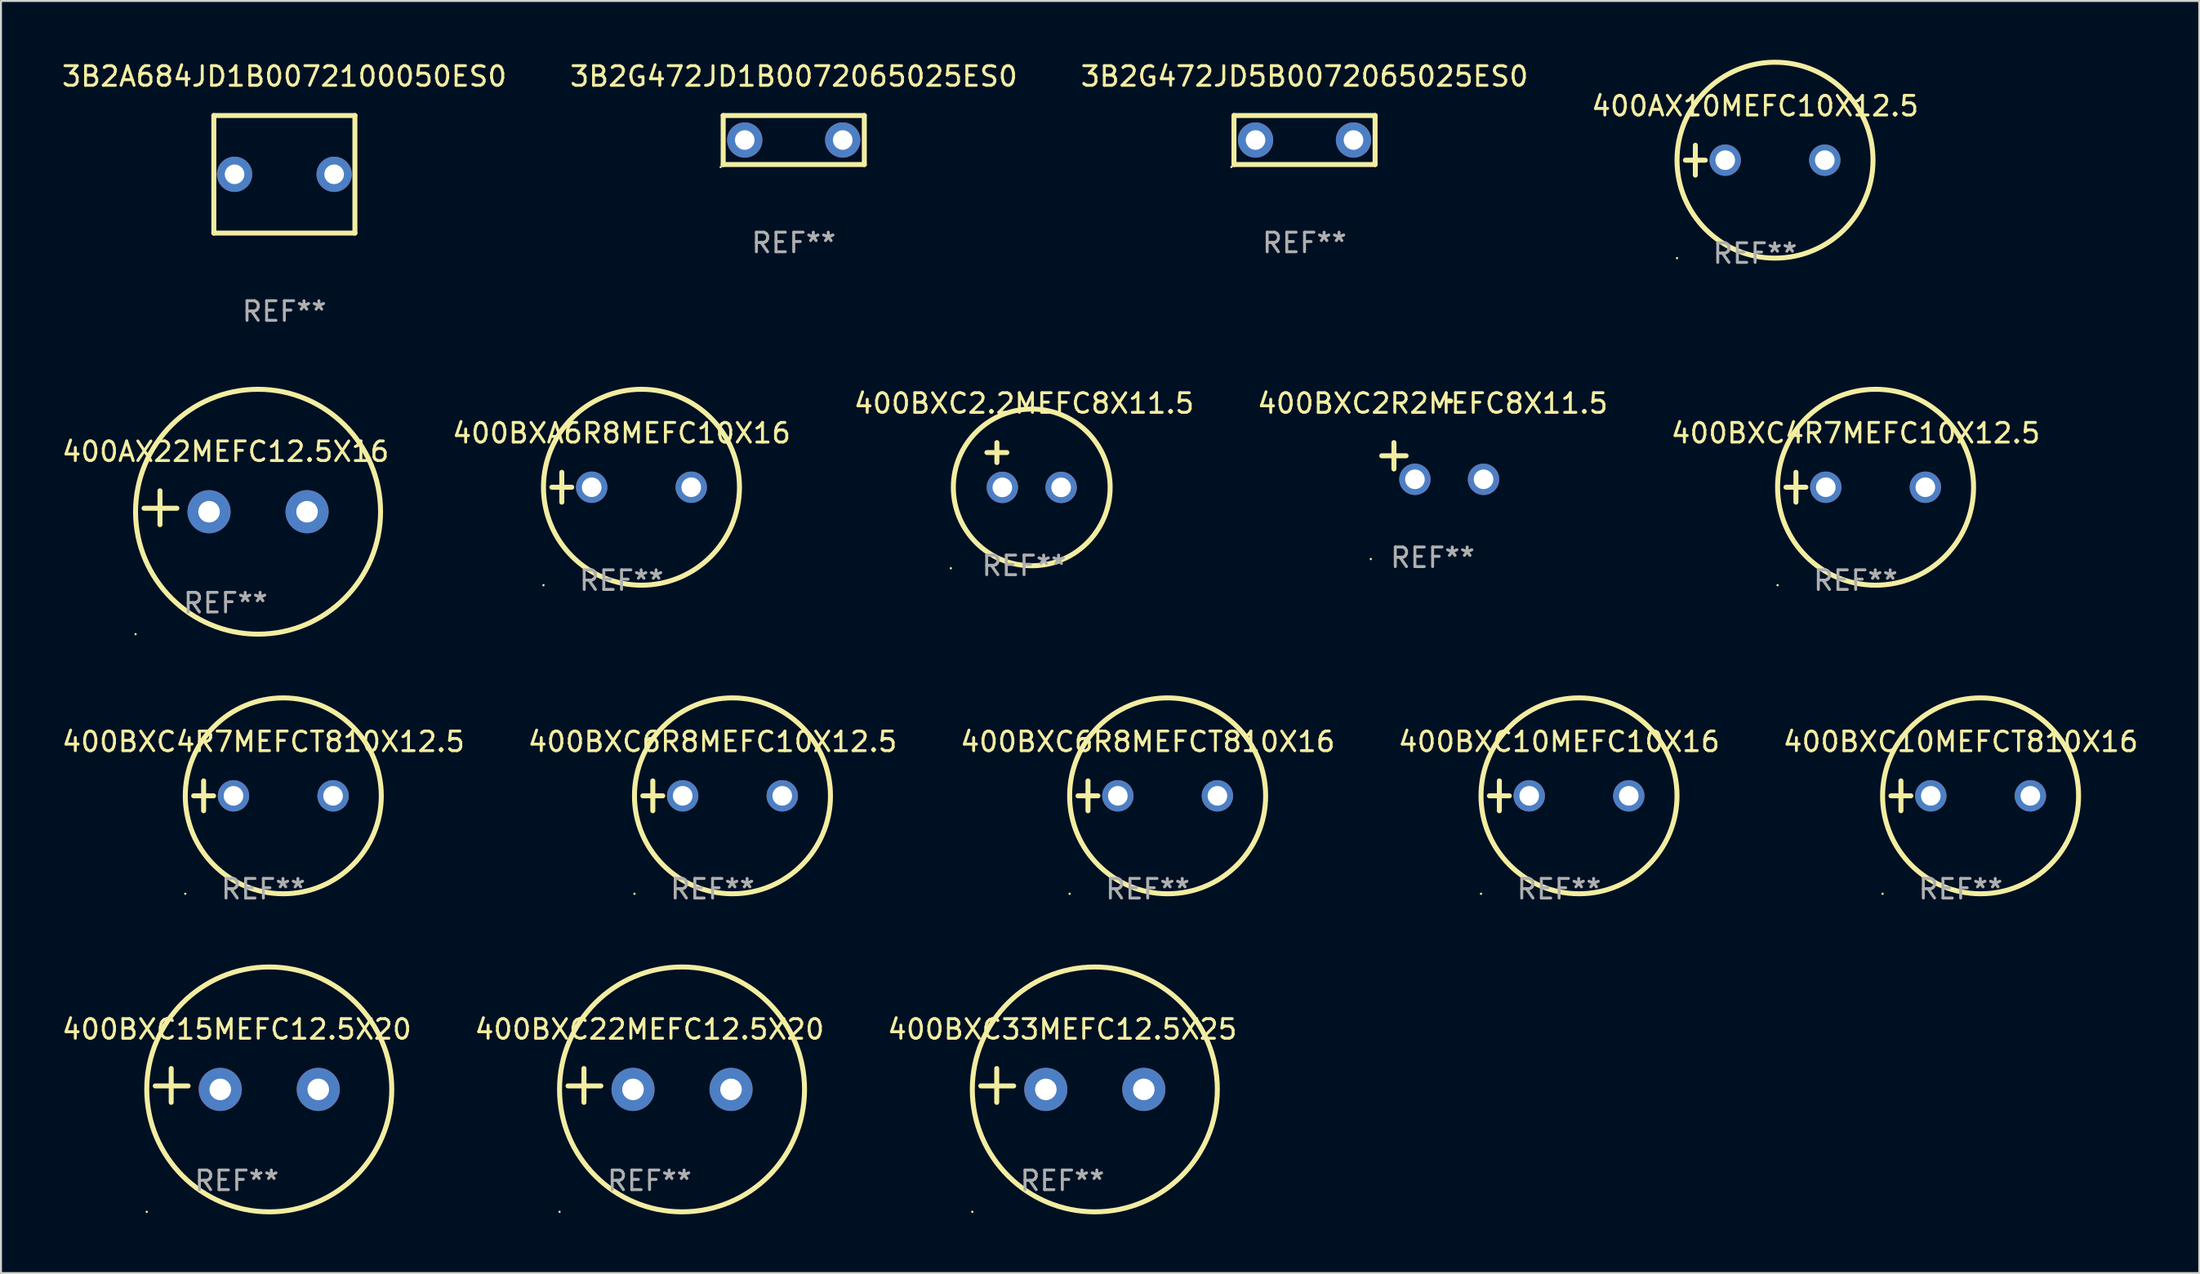
<source format=kicad_pcb>
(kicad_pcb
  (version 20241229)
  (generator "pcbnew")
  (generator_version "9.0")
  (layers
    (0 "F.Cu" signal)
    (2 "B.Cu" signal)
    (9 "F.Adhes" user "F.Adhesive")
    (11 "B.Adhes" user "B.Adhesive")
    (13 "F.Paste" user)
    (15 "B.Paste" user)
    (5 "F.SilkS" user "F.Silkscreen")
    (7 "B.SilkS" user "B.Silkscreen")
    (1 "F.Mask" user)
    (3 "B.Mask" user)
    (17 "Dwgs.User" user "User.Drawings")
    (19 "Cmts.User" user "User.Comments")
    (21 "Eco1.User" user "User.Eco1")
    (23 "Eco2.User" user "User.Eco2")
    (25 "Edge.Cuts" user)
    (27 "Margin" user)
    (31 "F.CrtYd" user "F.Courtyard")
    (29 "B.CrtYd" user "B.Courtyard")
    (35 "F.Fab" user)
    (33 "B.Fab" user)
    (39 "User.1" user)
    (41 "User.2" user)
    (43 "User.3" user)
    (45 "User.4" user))
  (footprint "400BXA6R8MEFC10X16"
    (layer "F.Cu")
    (at 28.661 21.823)
    (property "Reference" "400BXA6R8MEFC10X16" (at 0 -2.762 0) (layer "F.SilkS") (effects (font (size 1 1) (thickness 0.15))))
    (attr through_hole)
    (fp_line (start -3.556 0) (end -2.54 0) (stroke (width 0.254) (type solid)) (layer "F.SilkS"))
    (fp_line (start -3.048 -0.762) (end -3.048 0.762) (stroke (width 0.254) (type solid)) (layer "F.SilkS"))
    (fp_circle (center -3.984 5) (end -3.954 5) (stroke (width 0.06) (type solid)) (fill no) (layer "F.SilkS"))
    (fp_circle (center 1.016 0) (end 6.016 0) (stroke (width 0.254) (type solid)) (fill no) (layer "F.SilkS"))
    (fp_text user "REF**" (at 0 4.762 0) (layer "F.Fab") (effects (font (size 1 1) (thickness 0.15))))
    (pad "1" thru_hole circle (at -1.524 0) (size 1.6 1.6) (drill 1) (layers "*.Cu" "*.Mask"))
    (pad "2" thru_hole circle (at 3.556 0) (size 1.6 1.6) (drill 1) (layers "*.Cu" "*.Mask")))
  (footprint "3B2G472JD5B0072065025ES0"
    (layer "F.Cu")
    (at 63.506 4.098)
    (property "Reference" "3B2G472JD5B0072065025ES0" (at 0 -3.25 0) (layer "F.SilkS") (effects (font (size 1 1) (thickness 0.15))))
    (attr through_hole)
    (fp_line (start -3.6 -1.25) (end 3.6 -1.25) (stroke (width 0.254) (type solid)) (layer "F.SilkS"))
    (fp_line (start -3.6 1.25) (end -3.6 -1.25) (stroke (width 0.254) (type solid)) (layer "F.SilkS"))
    (fp_line (start -3.6 1.25) (end 3.6 1.25) (stroke (width 0.254) (type solid)) (layer "F.SilkS"))
    (fp_line (start 3.6 -1.25) (end 3.6 1.25) (stroke (width 0.254) (type solid)) (layer "F.SilkS"))
    (fp_circle (center -3.727 1.377) (end -3.697 1.377) (stroke (width 0.06) (type solid)) (fill no) (layer "F.SilkS"))
    (fp_text user "REF**" (at 0 5.25 0) (layer "F.Fab") (effects (font (size 1 1) (thickness 0.15))))
    (pad "1" thru_hole circle (at -2.499 -0.000013) (size 1.8 1.8) (drill 1) (layers "*.Cu" "*.Mask"))
    (pad "2" thru_hole circle (at 2.499 -0.000013) (size 1.8 1.8) (drill 1) (layers "*.Cu" "*.Mask")))
  (footprint "400BXC2R2MEFC8X11.5"
    (layer "F.Cu")
    (at 70.042 20.481)
    (property "Reference" "400BXC2R2MEFC8X11.5" (at 0 -2.937 0) (layer "F.SilkS") (effects (font (size 1 1) (thickness 0.15))))
    (attr through_hole)
    (fp_line (start -1.975 0.41) (end -1.975 -0.937) (stroke (width 0.254) (type solid)) (layer "F.SilkS"))
    (fp_line (start -1.353 -0.263) (end -2.597 -0.263) (stroke (width 0.254) (type solid)) (layer "F.SilkS"))
    (fp_arc (start 0.849809 -3.063957) (mid 0.885369 -3.064114) (end 0.920929 -3.063957) (stroke (width 0.254001) (type solid)) (layer "F.SilkS"))
    (fp_circle (center -3.154 5.008) (end -3.124 5.008) (stroke (width 0.06) (type solid)) (fill no) (layer "F.SilkS"))
    (fp_text user "REF**" (at 0 4.937 0) (layer "F.Fab") (effects (font (size 1 1) (thickness 0.15))))
    (pad "1" thru_hole circle (at -0.903 0.937) (size 1.6 1.6) (drill 1) (layers "*.Cu" "*.Mask"))
    (pad "2" thru_hole circle (at 2.597 0.937) (size 1.6 1.6) (drill 1) (layers "*.Cu" "*.Mask")))
  (footprint "3B2G472JD1B0072065025ES0"
    (layer "F.Cu")
    (at 37.446 4.098)
    (property "Reference" "3B2G472JD1B0072065025ES0" (at 0 -3.25 0) (layer "F.SilkS") (effects (font (size 1 1) (thickness 0.15))))
    (attr through_hole)
    (fp_line (start -3.6 -1.25) (end 3.6 -1.25) (stroke (width 0.254) (type solid)) (layer "F.SilkS"))
    (fp_line (start -3.6 1.25) (end -3.6 -1.25) (stroke (width 0.254) (type solid)) (layer "F.SilkS"))
    (fp_line (start -3.6 1.25) (end 3.6 1.25) (stroke (width 0.254) (type solid)) (layer "F.SilkS"))
    (fp_line (start 3.6 -1.25) (end 3.6 1.25) (stroke (width 0.254) (type solid)) (layer "F.SilkS"))
    (fp_circle (center -3.727 1.377) (end -3.697 1.377) (stroke (width 0.06) (type solid)) (fill no) (layer "F.SilkS"))
    (fp_text user "REF**" (at 0 5.25 0) (layer "F.Fab") (effects (font (size 1 1) (thickness 0.15))))
    (pad "1" thru_hole circle (at -2.499 -0.000013) (size 1.8 1.8) (drill 1) (layers "*.Cu" "*.Mask"))
    (pad "2" thru_hole circle (at 2.499 -0.000013) (size 1.8 1.8) (drill 1) (layers "*.Cu" "*.Mask")))
  (footprint "400BXC15MEFC12.5X20"
    (layer "F.Cu")
    (at 9.03 52.361)
    (property "Reference" "400BXC15MEFC12.5X20" (at 0 -2.864 0) (layer "F.SilkS") (effects (font (size 1 1) (thickness 0.15))))
    (attr through_hole)
    (fp_line (start -3.346 0.864) (end -3.346 -0.864) (stroke (width 0.254) (type solid)) (layer "F.SilkS"))
    (fp_line (start -2.482 0.025) (end -4.158 0.025) (stroke (width 0.254) (type solid)) (layer "F.SilkS"))
    (fp_circle (center -4.592 6.453) (end -4.562 6.453) (stroke (width 0.06) (type solid)) (fill no) (layer "F.SilkS"))
    (fp_circle (center 1.658 0.203) (end 7.908 0.203) (stroke (width 0.254) (type solid)) (fill no) (layer "F.SilkS"))
    (fp_text user "REF**" (at 0 4.864 0) (layer "F.Fab") (effects (font (size 1 1) (thickness 0.15))))
    (pad "1" thru_hole circle (at -0.842 0.203) (size 2.2 2.2) (drill 1.1) (layers "*.Cu" "*.Mask"))
    (pad "2" thru_hole circle (at 4.158 0.203) (size 2.2 2.2) (drill 1.1) (layers "*.Cu" "*.Mask")))
  (footprint "400AX22MEFC12.5X16"
    (layer "F.Cu")
    (at 8.458 22.87)
    (property "Reference" "400AX22MEFC12.5X16" (at 0 -2.864 0) (layer "F.SilkS") (effects (font (size 1 1) (thickness 0.15))))
    (attr through_hole)
    (fp_line (start -3.346 0.864) (end -3.346 -0.864) (stroke (width 0.254) (type solid)) (layer "F.SilkS"))
    (fp_line (start -2.482 0.025) (end -4.158 0.025) (stroke (width 0.254) (type solid)) (layer "F.SilkS"))
    (fp_circle (center -4.592 6.453) (end -4.562 6.453) (stroke (width 0.06) (type solid)) (fill no) (layer "F.SilkS"))
    (fp_circle (center 1.658 0.203) (end 7.908 0.203) (stroke (width 0.254) (type solid)) (fill no) (layer "F.SilkS"))
    (fp_text user "REF**" (at 0 4.864 0) (layer "F.Fab") (effects (font (size 1 1) (thickness 0.15))))
    (pad "1" thru_hole circle (at -0.842 0.203) (size 2.2 2.2) (drill 1.1) (layers "*.Cu" "*.Mask"))
    (pad "2" thru_hole circle (at 4.158 0.203) (size 2.2 2.2) (drill 1.1) (layers "*.Cu" "*.Mask")))
  (footprint "400BXC4R7MEFCT810X12.5"
    (layer "F.Cu")
    (at 10.387 37.577)
    (property "Reference" "400BXC4R7MEFCT810X12.5" (at 0 -2.762 0) (layer "F.SilkS") (effects (font (size 1 1) (thickness 0.15))))
    (attr through_hole)
    (fp_line (start -3.556 0) (end -2.54 0) (stroke (width 0.254) (type solid)) (layer "F.SilkS"))
    (fp_line (start -3.048 -0.762) (end -3.048 0.762) (stroke (width 0.254) (type solid)) (layer "F.SilkS"))
    (fp_circle (center -3.984 5) (end -3.954 5) (stroke (width 0.06) (type solid)) (fill no) (layer "F.SilkS"))
    (fp_circle (center 1.016 0) (end 6.016 0) (stroke (width 0.254) (type solid)) (fill no) (layer "F.SilkS"))
    (fp_text user "REF**" (at 0 4.762 0) (layer "F.Fab") (effects (font (size 1 1) (thickness 0.15))))
    (pad "1" thru_hole circle (at -1.524 0) (size 1.6 1.6) (drill 1) (layers "*.Cu" "*.Mask"))
    (pad "2" thru_hole circle (at 3.556 0) (size 1.6 1.6) (drill 1) (layers "*.Cu" "*.Mask")))
  (footprint "400BXC33MEFC12.5X25"
    (layer "F.Cu")
    (at 51.149 52.361)
    (property "Reference" "400BXC33MEFC12.5X25" (at 0 -2.864 0) (layer "F.SilkS") (effects (font (size 1 1) (thickness 0.15))))
    (attr through_hole)
    (fp_line (start -3.346 0.864) (end -3.346 -0.864) (stroke (width 0.254) (type solid)) (layer "F.SilkS"))
    (fp_line (start -2.482 0.025) (end -4.158 0.025) (stroke (width 0.254) (type solid)) (layer "F.SilkS"))
    (fp_circle (center -4.592 6.453) (end -4.562 6.453) (stroke (width 0.06) (type solid)) (fill no) (layer "F.SilkS"))
    (fp_circle (center 1.658 0.203) (end 7.908 0.203) (stroke (width 0.254) (type solid)) (fill no) (layer "F.SilkS"))
    (fp_text user "REF**" (at 0 4.864 0) (layer "F.Fab") (effects (font (size 1 1) (thickness 0.15))))
    (pad "1" thru_hole circle (at -0.842 0.203) (size 2.2 2.2) (drill 1.1) (layers "*.Cu" "*.Mask"))
    (pad "2" thru_hole circle (at 4.158 0.203) (size 2.2 2.2) (drill 1.1) (layers "*.Cu" "*.Mask")))
  (footprint "400BXC4R7MEFC10X12.5"
    (layer "F.Cu")
    (at 91.625 21.823)
    (property "Reference" "400BXC4R7MEFC10X12.5" (at 0 -2.762 0) (layer "F.SilkS") (effects (font (size 1 1) (thickness 0.15))))
    (attr through_hole)
    (fp_line (start -3.556 0) (end -2.54 0) (stroke (width 0.254) (type solid)) (layer "F.SilkS"))
    (fp_line (start -3.048 -0.762) (end -3.048 0.762) (stroke (width 0.254) (type solid)) (layer "F.SilkS"))
    (fp_circle (center -3.984 5) (end -3.954 5) (stroke (width 0.06) (type solid)) (fill no) (layer "F.SilkS"))
    (fp_circle (center 1.016 0) (end 6.016 0) (stroke (width 0.254) (type solid)) (fill no) (layer "F.SilkS"))
    (fp_text user "REF**" (at 0 4.762 0) (layer "F.Fab") (effects (font (size 1 1) (thickness 0.15))))
    (pad "1" thru_hole circle (at -1.524 0) (size 1.6 1.6) (drill 1) (layers "*.Cu" "*.Mask"))
    (pad "2" thru_hole circle (at 3.556 0) (size 1.6 1.6) (drill 1) (layers "*.Cu" "*.Mask")))
  (footprint "400AX10MEFC10X12.5"
    (layer "F.Cu")
    (at 86.494 5.127)
    (property "Reference" "400AX10MEFC10X12.5" (at 0 -2.762 0) (layer "F.SilkS") (effects (font (size 1 1) (thickness 0.15))))
    (attr through_hole)
    (fp_line (start -3.556 0) (end -2.54 0) (stroke (width 0.254) (type solid)) (layer "F.SilkS"))
    (fp_line (start -3.048 -0.762) (end -3.048 0.762) (stroke (width 0.254) (type solid)) (layer "F.SilkS"))
    (fp_circle (center -3.984 5) (end -3.954 5) (stroke (width 0.06) (type solid)) (fill no) (layer "F.SilkS"))
    (fp_circle (center 1.016 0) (end 6.016 0) (stroke (width 0.254) (type solid)) (fill no) (layer "F.SilkS"))
    (fp_text user "REF**" (at 0 4.762 0) (layer "F.Fab") (effects (font (size 1 1) (thickness 0.15))))
    (pad "1" thru_hole circle (at -1.524 0) (size 1.6 1.6) (drill 1) (layers "*.Cu" "*.Mask"))
    (pad "2" thru_hole circle (at 3.556 0) (size 1.6 1.6) (drill 1) (layers "*.Cu" "*.Mask")))
  (footprint "400BXC22MEFC12.5X20"
    (layer "F.Cu")
    (at 30.089 52.361)
    (property "Reference" "400BXC22MEFC12.5X20" (at 0 -2.864 0) (layer "F.SilkS") (effects (font (size 1 1) (thickness 0.15))))
    (attr through_hole)
    (fp_line (start -3.346 0.864) (end -3.346 -0.864) (stroke (width 0.254) (type solid)) (layer "F.SilkS"))
    (fp_line (start -2.482 0.025) (end -4.158 0.025) (stroke (width 0.254) (type solid)) (layer "F.SilkS"))
    (fp_circle (center -4.592 6.453) (end -4.562 6.453) (stroke (width 0.06) (type solid)) (fill no) (layer "F.SilkS"))
    (fp_circle (center 1.658 0.203) (end 7.908 0.203) (stroke (width 0.254) (type solid)) (fill no) (layer "F.SilkS"))
    (fp_text user "REF**" (at 0 4.864 0) (layer "F.Fab") (effects (font (size 1 1) (thickness 0.15))))
    (pad "1" thru_hole circle (at -0.842 0.203) (size 2.2 2.2) (drill 1.1) (layers "*.Cu" "*.Mask"))
    (pad "2" thru_hole circle (at 4.158 0.203) (size 2.2 2.2) (drill 1.1) (layers "*.Cu" "*.Mask")))
  (footprint "400BXC10MEFC10X16"
    (layer "F.Cu")
    (at 76.494 37.577)
    (property "Reference" "400BXC10MEFC10X16" (at 0 -2.762 0) (layer "F.SilkS") (effects (font (size 1 1) (thickness 0.15))))
    (attr through_hole)
    (fp_line (start -3.556 0) (end -2.54 0) (stroke (width 0.254) (type solid)) (layer "F.SilkS"))
    (fp_line (start -3.048 -0.762) (end -3.048 0.762) (stroke (width 0.254) (type solid)) (layer "F.SilkS"))
    (fp_circle (center -3.984 5) (end -3.954 5) (stroke (width 0.06) (type solid)) (fill no) (layer "F.SilkS"))
    (fp_circle (center 1.016 0) (end 6.016 0) (stroke (width 0.254) (type solid)) (fill no) (layer "F.SilkS"))
    (fp_text user "REF**" (at 0 4.762 0) (layer "F.Fab") (effects (font (size 1 1) (thickness 0.15))))
    (pad "1" thru_hole circle (at -1.524 0) (size 1.6 1.6) (drill 1) (layers "*.Cu" "*.Mask"))
    (pad "2" thru_hole circle (at 3.556 0) (size 1.6 1.6) (drill 1) (layers "*.Cu" "*.Mask")))
  (footprint "400BXC6R8MEFC10X12.5"
    (layer "F.Cu")
    (at 33.304 37.577)
    (property "Reference" "400BXC6R8MEFC10X12.5" (at 0 -2.762 0) (layer "F.SilkS") (effects (font (size 1 1) (thickness 0.15))))
    (attr through_hole)
    (fp_line (start -3.556 0) (end -2.54 0) (stroke (width 0.254) (type solid)) (layer "F.SilkS"))
    (fp_line (start -3.048 -0.762) (end -3.048 0.762) (stroke (width 0.254) (type solid)) (layer "F.SilkS"))
    (fp_circle (center -3.984 5) (end -3.954 5) (stroke (width 0.06) (type solid)) (fill no) (layer "F.SilkS"))
    (fp_circle (center 1.016 0) (end 6.016 0) (stroke (width 0.254) (type solid)) (fill no) (layer "F.SilkS"))
    (fp_text user "REF**" (at 0 4.762 0) (layer "F.Fab") (effects (font (size 1 1) (thickness 0.15))))
    (pad "1" thru_hole circle (at -1.524 0) (size 1.6 1.6) (drill 1) (layers "*.Cu" "*.Mask"))
    (pad "2" thru_hole circle (at 3.556 0) (size 1.6 1.6) (drill 1) (layers "*.Cu" "*.Mask")))
  (footprint "400BXC2.2MEFC8X11.5"
    (layer "F.Cu")
    (at 49.196 20.688)
    (property "Reference" "400BXC2.2MEFC8X11.5" (at 0 -3.143 0) (layer "F.SilkS") (effects (font (size 1 1) (thickness 0.15))))
    (attr through_hole)
    (fp_line (start -1.893 -0.635) (end -0.877 -0.635) (stroke (width 0.254) (type solid)) (layer "F.SilkS"))
    (fp_line (start -1.385 -1.143) (end -1.385 -0.127) (stroke (width 0.254) (type solid)) (layer "F.SilkS"))
    (fp_circle (center -3.735 5.271) (end -3.705 5.271) (stroke (width 0.06) (type solid)) (fill no) (layer "F.SilkS"))
    (fp_circle (center 0.393 1.143) (end 4.393 1.143) (stroke (width 0.254) (type solid)) (fill no) (layer "F.SilkS"))
    (fp_text user "REF**" (at 0 5.143 0) (layer "F.Fab") (effects (font (size 1 1) (thickness 0.15))))
    (pad "1" thru_hole circle (at -1.107 1.143) (size 1.6 1.6) (drill 1) (layers "*.Cu" "*.Mask"))
    (pad "2" thru_hole circle (at 1.893 1.143) (size 1.6 1.6) (drill 1) (layers "*.Cu" "*.Mask")))
  (footprint "3B2A684JD1B0072100050ES0"
    (layer "F.Cu")
    (at 11.458 5.848)
    (property "Reference" "3B2A684JD1B0072100050ES0" (at 0 -5 0) (layer "F.SilkS") (effects (font (size 1 1) (thickness 0.15))))
    (attr through_hole)
    (fp_line (start -3.599 -3) (end -3.599 3) (stroke (width 0.254) (type solid)) (layer "F.SilkS"))
    (fp_line (start -3.599 -3) (end 3.599 -3) (stroke (width 0.254) (type solid)) (layer "F.SilkS"))
    (fp_line (start 3.599 3) (end -3.599 3) (stroke (width 0.254) (type solid)) (layer "F.SilkS"))
    (fp_line (start 3.599 3) (end 3.599 -3) (stroke (width 0.254) (type solid)) (layer "F.SilkS"))
    (fp_circle (center -3.6 3) (end -3.57 3) (stroke (width 0.06) (type solid)) (fill no) (layer "F.SilkS"))
    (fp_text user "REF**" (at 0 7 0) (layer "F.Fab") (effects (font (size 1 1) (thickness 0.15))))
    (pad "1" thru_hole circle (at -2.54 0) (size 1.8 1.8) (drill 1) (layers "*.Cu" "*.Mask"))
    (pad "2" thru_hole circle (at 2.54 0) (size 1.8 1.8) (drill 1) (layers "*.Cu" "*.Mask")))
  (footprint "400BXC10MEFCT810X16"
    (layer "F.Cu")
    (at 96.982 37.577)
    (property "Reference" "400BXC10MEFCT810X16" (at 0 -2.762 0) (layer "F.SilkS") (effects (font (size 1 1) (thickness 0.15))))
    (attr through_hole)
    (fp_line (start -3.556 0) (end -2.54 0) (stroke (width 0.254) (type solid)) (layer "F.SilkS"))
    (fp_line (start -3.048 -0.762) (end -3.048 0.762) (stroke (width 0.254) (type solid)) (layer "F.SilkS"))
    (fp_circle (center -3.984 5) (end -3.954 5) (stroke (width 0.06) (type solid)) (fill no) (layer "F.SilkS"))
    (fp_circle (center 1.016 0) (end 6.016 0) (stroke (width 0.254) (type solid)) (fill no) (layer "F.SilkS"))
    (fp_text user "REF**" (at 0 4.762 0) (layer "F.Fab") (effects (font (size 1 1) (thickness 0.15))))
    (pad "1" thru_hole circle (at -1.524 0) (size 1.6 1.6) (drill 1) (layers "*.Cu" "*.Mask"))
    (pad "2" thru_hole circle (at 3.556 0) (size 1.6 1.6) (drill 1) (layers "*.Cu" "*.Mask")))
  (footprint "400BXC6R8MEFCT810X16"
    (layer "F.Cu")
    (at 55.506 37.577)
    (property "Reference" "400BXC6R8MEFCT810X16" (at 0 -2.762 0) (layer "F.SilkS") (effects (font (size 1 1) (thickness 0.15))))
    (attr through_hole)
    (fp_line (start -3.556 0) (end -2.54 0) (stroke (width 0.254) (type solid)) (layer "F.SilkS"))
    (fp_line (start -3.048 -0.762) (end -3.048 0.762) (stroke (width 0.254) (type solid)) (layer "F.SilkS"))
    (fp_circle (center -3.984 5) (end -3.954 5) (stroke (width 0.06) (type solid)) (fill no) (layer "F.SilkS"))
    (fp_circle (center 1.016 0) (end 6.016 0) (stroke (width 0.254) (type solid)) (fill no) (layer "F.SilkS"))
    (fp_text user "REF**" (at 0 4.762 0) (layer "F.Fab") (effects (font (size 1 1) (thickness 0.15))))
    (pad "1" thru_hole circle (at -1.524 0) (size 1.6 1.6) (drill 1) (layers "*.Cu" "*.Mask"))
    (pad "2" thru_hole circle (at 3.556 0) (size 1.6 1.6) (drill 1) (layers "*.Cu" "*.Mask")))
  (gr_rect
    (start -3 -3)
    (end 109.155 61.941)
    (stroke (width 0.1) (type default))
    (fill no)
    (layer "Edge.Cuts")))
</source>
